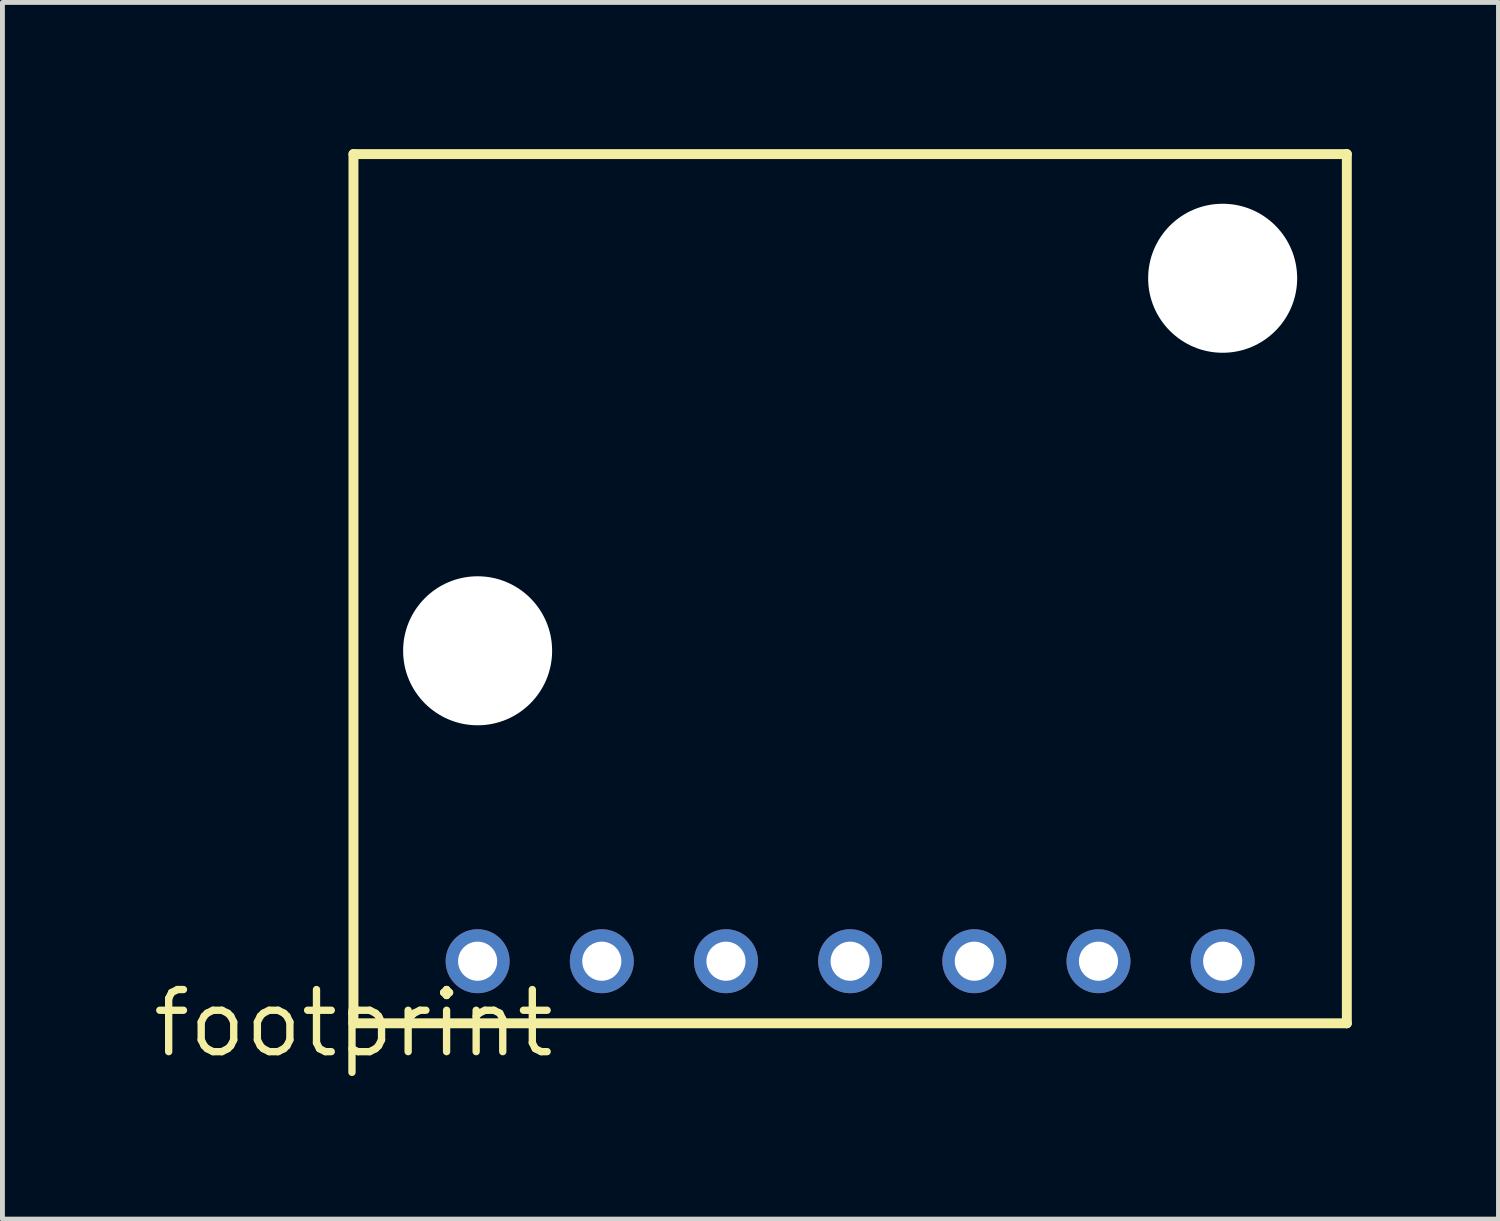
<source format=kicad_pcb>
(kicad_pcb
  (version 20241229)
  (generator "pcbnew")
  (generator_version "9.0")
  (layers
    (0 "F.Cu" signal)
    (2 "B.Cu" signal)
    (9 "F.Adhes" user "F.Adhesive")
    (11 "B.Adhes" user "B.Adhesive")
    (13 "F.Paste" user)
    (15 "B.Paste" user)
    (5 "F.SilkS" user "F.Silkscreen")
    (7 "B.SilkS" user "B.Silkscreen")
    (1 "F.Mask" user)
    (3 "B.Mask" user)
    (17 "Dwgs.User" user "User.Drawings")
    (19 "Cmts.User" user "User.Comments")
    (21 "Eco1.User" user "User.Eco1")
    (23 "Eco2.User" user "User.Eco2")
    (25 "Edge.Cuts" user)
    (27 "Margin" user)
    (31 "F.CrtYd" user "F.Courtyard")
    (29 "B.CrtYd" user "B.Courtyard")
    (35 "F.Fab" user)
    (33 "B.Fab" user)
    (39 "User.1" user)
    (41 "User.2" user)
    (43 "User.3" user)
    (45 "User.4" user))
  (footprint "footprint"
    (layer "F.Cu")
    (at 4.18 17.882)
    (property "Reference" "footprint" (at 0 0 0) (layer "F.SilkS") (effects (font (size 1.27 1.27) (thickness 0.15))))
    (fp_line (start 0 -17.78) (end 20.32 -17.78) (stroke (width 0.203) (type solid)) (layer "F.SilkS"))
    (fp_line (start 0 0) (end 0 -17.78) (stroke (width 0.203) (type solid)) (layer "F.SilkS"))
    (fp_line (start 20.32 -17.78) (end 20.32 0) (stroke (width 0.203) (type solid)) (layer "F.SilkS"))
    (fp_line (start 20.32 0) (end 0 0) (stroke (width 0.203) (type solid)) (layer "F.SilkS"))
    (pad "" np_thru_hole circle (at 2.54 -7.62) (size 3.048 3.048) (drill 3.048) (layers "*.Cu" "*.Mask"))
    (pad "" np_thru_hole circle (at 17.78 -15.24) (size 3.048 3.048) (drill 3.048) (layers "*.Cu" "*.Mask"))
    (pad "3.3V" thru_hole circle (at 5.08 -1.27) (size 1.308 1.308) (drill 0.8) (layers "*.Cu" "*.Mask"))
    (pad "AD/CS" thru_hole circle (at 15.24 -1.27) (size 1.308 1.308) (drill 0.8) (layers "*.Cu" "*.Mask"))
    (pad "GND" thru_hole circle (at 2.54 -1.27) (size 1.308 1.308) (drill 0.8) (layers "*.Cu" "*.Mask"))
    (pad "PS" thru_hole circle (at 17.78 -1.27) (size 1.308 1.308) (drill 0.8) (layers "*.Cu" "*.Mask"))
    (pad "SCL/SCLK" thru_hole circle (at 10.16 -1.27) (size 1.308 1.308) (drill 0.8) (layers "*.Cu" "*.Mask"))
    (pad "SDA/SDI" thru_hole circle (at 7.62 -1.27) (size 1.308 1.308) (drill 0.8) (layers "*.Cu" "*.Mask"))
    (pad "SDO" thru_hole circle (at 12.7 -1.27) (size 1.308 1.308) (drill 0.8) (layers "*.Cu" "*.Mask")))
  (gr_rect
    (start -3 -3)
    (end 27.602 21.888)
    (stroke (width 0.1) (type default))
    (fill no)
    (layer "Edge.Cuts")))
</source>
